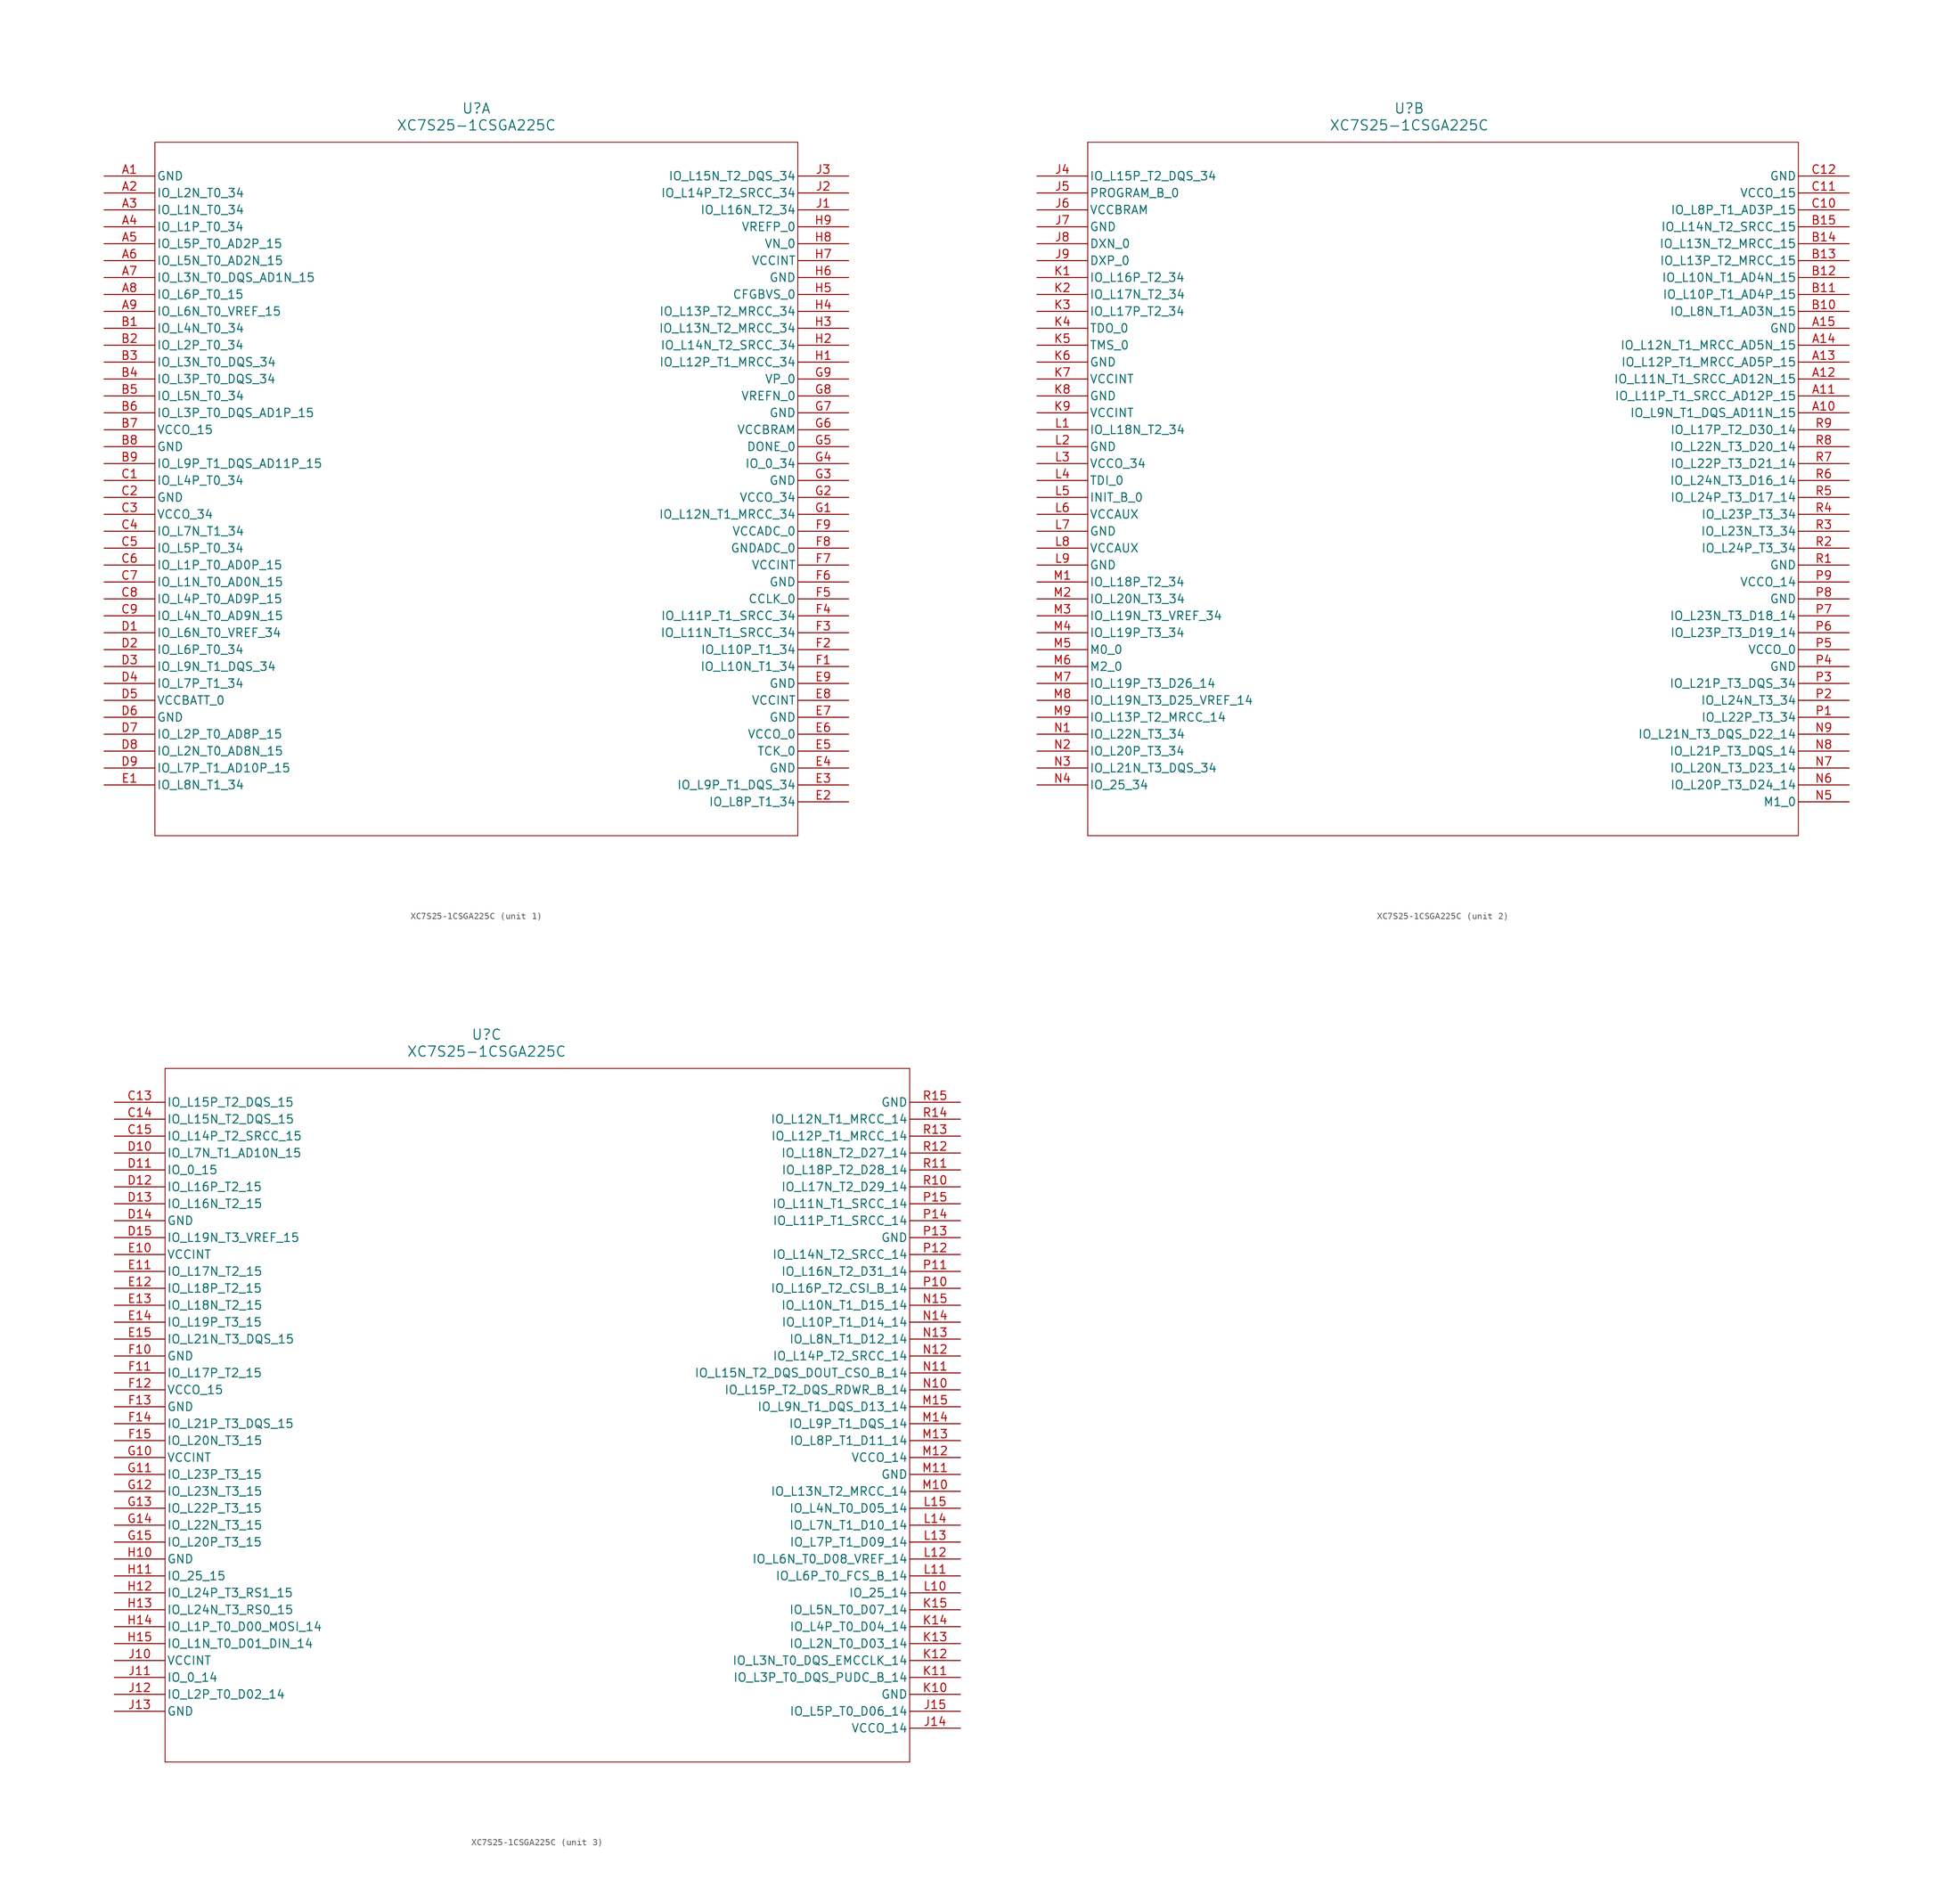
<source format=kicad_sym>
(kicad_symbol_lib
  (version 20211014)
  (generator kicad_symbol_editor)
  (symbol "XC7S25-1CSGA225C"
    (pin_names
      (offset 0.254))
    (property "Reference" "U"
      (at 55.88 10.16 0)
      (effects (font (size 1.524 1.524))))
    (property "Value" "XC7S25-1CSGA225C"
      (at 55.88 7.62 0)
      (effects (font (size 1.524 1.524))))
    (symbol "XC7S25-1CSGA225C_1_1"
      (polyline (pts (xy 7.62 5.08) (xy 7.62 -99.06)) (stroke (width 0.127) (type default) (color 0 0 0 0)) (fill (type none)))
      (polyline (pts (xy 7.62 -99.06) (xy 104.14 -99.06)) (stroke (width 0.127) (type default) (color 0 0 0 0)) (fill (type none)))
      (polyline (pts (xy 104.14 -99.06) (xy 104.14 5.08)) (stroke (width 0.127) (type default) (color 0 0 0 0)) (fill (type none)))
      (polyline (pts (xy 104.14 5.08) (xy 7.62 5.08)) (stroke (width 0.127) (type default) (color 0 0 0 0)) (fill (type none)))
      (pin power_out line (at 0 0 0) (length 7.62) (name "GND" (effects (font (size 1.27 1.27)))) (number "A1" (effects (font (size 1.27 1.27)))))
      (pin bidirectional line (at 0 -2.54 0) (length 7.62) (name "IO_L2N_T0_34" (effects (font (size 1.27 1.27)))) (number "A2" (effects (font (size 1.27 1.27)))))
      (pin bidirectional line (at 0 -5.08 0) (length 7.62) (name "IO_L1N_T0_34" (effects (font (size 1.27 1.27)))) (number "A3" (effects (font (size 1.27 1.27)))))
      (pin bidirectional line (at 0 -7.62 0) (length 7.62) (name "IO_L1P_T0_34" (effects (font (size 1.27 1.27)))) (number "A4" (effects (font (size 1.27 1.27)))))
      (pin bidirectional line (at 0 -10.16 0) (length 7.62) (name "IO_L5P_T0_AD2P_15" (effects (font (size 1.27 1.27)))) (number "A5" (effects (font (size 1.27 1.27)))))
      (pin bidirectional line (at 0 -12.7 0) (length 7.62) (name "IO_L5N_T0_AD2N_15" (effects (font (size 1.27 1.27)))) (number "A6" (effects (font (size 1.27 1.27)))))
      (pin bidirectional line (at 0 -15.24 0) (length 7.62) (name "IO_L3N_T0_DQS_AD1N_15" (effects (font (size 1.27 1.27)))) (number "A7" (effects (font (size 1.27 1.27)))))
      (pin bidirectional line (at 0 -17.78 0) (length 7.62) (name "IO_L6P_T0_15" (effects (font (size 1.27 1.27)))) (number "A8" (effects (font (size 1.27 1.27)))))
      (pin bidirectional line (at 0 -20.32 0) (length 7.62) (name "IO_L6N_T0_VREF_15" (effects (font (size 1.27 1.27)))) (number "A9" (effects (font (size 1.27 1.27)))))
      (pin bidirectional line (at 0 -22.86 0) (length 7.62) (name "IO_L4N_T0_34" (effects (font (size 1.27 1.27)))) (number "B1" (effects (font (size 1.27 1.27)))))
      (pin bidirectional line (at 0 -25.4 0) (length 7.62) (name "IO_L2P_T0_34" (effects (font (size 1.27 1.27)))) (number "B2" (effects (font (size 1.27 1.27)))))
      (pin bidirectional line (at 0 -27.94 0) (length 7.62) (name "IO_L3N_T0_DQS_34" (effects (font (size 1.27 1.27)))) (number "B3" (effects (font (size 1.27 1.27)))))
      (pin bidirectional line (at 0 -30.48 0) (length 7.62) (name "IO_L3P_T0_DQS_34" (effects (font (size 1.27 1.27)))) (number "B4" (effects (font (size 1.27 1.27)))))
      (pin bidirectional line (at 0 -33.02 0) (length 7.62) (name "IO_L5N_T0_34" (effects (font (size 1.27 1.27)))) (number "B5" (effects (font (size 1.27 1.27)))))
      (pin bidirectional line (at 0 -35.56 0) (length 7.62) (name "IO_L3P_T0_DQS_AD1P_15" (effects (font (size 1.27 1.27)))) (number "B6" (effects (font (size 1.27 1.27)))))
      (pin power_in line (at 0 -38.1 0) (length 7.62) (name "VCCO_15" (effects (font (size 1.27 1.27)))) (number "B7" (effects (font (size 1.27 1.27)))))
      (pin power_out line (at 0 -40.64 0) (length 7.62) (name "GND" (effects (font (size 1.27 1.27)))) (number "B8" (effects (font (size 1.27 1.27)))))
      (pin bidirectional line (at 0 -43.18 0) (length 7.62) (name "IO_L9P_T1_DQS_AD11P_15" (effects (font (size 1.27 1.27)))) (number "B9" (effects (font (size 1.27 1.27)))))
      (pin bidirectional line (at 0 -45.72 0) (length 7.62) (name "IO_L4P_T0_34" (effects (font (size 1.27 1.27)))) (number "C1" (effects (font (size 1.27 1.27)))))
      (pin power_out line (at 0 -48.26 0) (length 7.62) (name "GND" (effects (font (size 1.27 1.27)))) (number "C2" (effects (font (size 1.27 1.27)))))
      (pin power_in line (at 0 -50.8 0) (length 7.62) (name "VCCO_34" (effects (font (size 1.27 1.27)))) (number "C3" (effects (font (size 1.27 1.27)))))
      (pin bidirectional line (at 0 -53.34 0) (length 7.62) (name "IO_L7N_T1_34" (effects (font (size 1.27 1.27)))) (number "C4" (effects (font (size 1.27 1.27)))))
      (pin bidirectional line (at 0 -55.88 0) (length 7.62) (name "IO_L5P_T0_34" (effects (font (size 1.27 1.27)))) (number "C5" (effects (font (size 1.27 1.27)))))
      (pin bidirectional line (at 0 -58.42 0) (length 7.62) (name "IO_L1P_T0_AD0P_15" (effects (font (size 1.27 1.27)))) (number "C6" (effects (font (size 1.27 1.27)))))
      (pin bidirectional line (at 0 -60.96 0) (length 7.62) (name "IO_L1N_T0_AD0N_15" (effects (font (size 1.27 1.27)))) (number "C7" (effects (font (size 1.27 1.27)))))
      (pin bidirectional line (at 0 -63.5 0) (length 7.62) (name "IO_L4P_T0_AD9P_15" (effects (font (size 1.27 1.27)))) (number "C8" (effects (font (size 1.27 1.27)))))
      (pin bidirectional line (at 0 -66.04 0) (length 7.62) (name "IO_L4N_T0_AD9N_15" (effects (font (size 1.27 1.27)))) (number "C9" (effects (font (size 1.27 1.27)))))
      (pin bidirectional line (at 0 -68.58 0) (length 7.62) (name "IO_L6N_T0_VREF_34" (effects (font (size 1.27 1.27)))) (number "D1" (effects (font (size 1.27 1.27)))))
      (pin bidirectional line (at 0 -71.12 0) (length 7.62) (name "IO_L6P_T0_34" (effects (font (size 1.27 1.27)))) (number "D2" (effects (font (size 1.27 1.27)))))
      (pin bidirectional line (at 0 -73.66 0) (length 7.62) (name "IO_L9N_T1_DQS_34" (effects (font (size 1.27 1.27)))) (number "D3" (effects (font (size 1.27 1.27)))))
      (pin bidirectional line (at 0 -76.2 0) (length 7.62) (name "IO_L7P_T1_34" (effects (font (size 1.27 1.27)))) (number "D4" (effects (font (size 1.27 1.27)))))
      (pin power_in line (at 0 -78.74 0) (length 7.62) (name "VCCBATT_0" (effects (font (size 1.27 1.27)))) (number "D5" (effects (font (size 1.27 1.27)))))
      (pin power_out line (at 0 -81.28 0) (length 7.62) (name "GND" (effects (font (size 1.27 1.27)))) (number "D6" (effects (font (size 1.27 1.27)))))
      (pin bidirectional line (at 0 -83.82 0) (length 7.62) (name "IO_L2P_T0_AD8P_15" (effects (font (size 1.27 1.27)))) (number "D7" (effects (font (size 1.27 1.27)))))
      (pin bidirectional line (at 0 -86.36 0) (length 7.62) (name "IO_L2N_T0_AD8N_15" (effects (font (size 1.27 1.27)))) (number "D8" (effects (font (size 1.27 1.27)))))
      (pin bidirectional line (at 0 -88.9 0) (length 7.62) (name "IO_L7P_T1_AD10P_15" (effects (font (size 1.27 1.27)))) (number "D9" (effects (font (size 1.27 1.27)))))
      (pin bidirectional line (at 0 -91.44 0) (length 7.62) (name "IO_L8N_T1_34" (effects (font (size 1.27 1.27)))) (number "E1" (effects (font (size 1.27 1.27)))))
      (pin bidirectional line (at 111.76 -93.98 180) (length 7.62) (name "IO_L8P_T1_34" (effects (font (size 1.27 1.27)))) (number "E2" (effects (font (size 1.27 1.27)))))
      (pin bidirectional line (at 111.76 -91.44 180) (length 7.62) (name "IO_L9P_T1_DQS_34" (effects (font (size 1.27 1.27)))) (number "E3" (effects (font (size 1.27 1.27)))))
      (pin power_out line (at 111.76 -88.9 180) (length 7.62) (name "GND" (effects (font (size 1.27 1.27)))) (number "E4" (effects (font (size 1.27 1.27)))))
      (pin input line (at 111.76 -86.36 180) (length 7.62) (name "TCK_0" (effects (font (size 1.27 1.27)))) (number "E5" (effects (font (size 1.27 1.27)))))
      (pin power_in line (at 111.76 -83.82 180) (length 7.62) (name "VCCO_0" (effects (font (size 1.27 1.27)))) (number "E6" (effects (font (size 1.27 1.27)))))
      (pin power_out line (at 111.76 -81.28 180) (length 7.62) (name "GND" (effects (font (size 1.27 1.27)))) (number "E7" (effects (font (size 1.27 1.27)))))
      (pin power_in line (at 111.76 -78.74 180) (length 7.62) (name "VCCINT" (effects (font (size 1.27 1.27)))) (number "E8" (effects (font (size 1.27 1.27)))))
      (pin power_out line (at 111.76 -76.2 180) (length 7.62) (name "GND" (effects (font (size 1.27 1.27)))) (number "E9" (effects (font (size 1.27 1.27)))))
      (pin bidirectional line (at 111.76 -73.66 180) (length 7.62) (name "IO_L10N_T1_34" (effects (font (size 1.27 1.27)))) (number "F1" (effects (font (size 1.27 1.27)))))
      (pin bidirectional line (at 111.76 -71.12 180) (length 7.62) (name "IO_L10P_T1_34" (effects (font (size 1.27 1.27)))) (number "F2" (effects (font (size 1.27 1.27)))))
      (pin bidirectional line (at 111.76 -68.58 180) (length 7.62) (name "IO_L11N_T1_SRCC_34" (effects (font (size 1.27 1.27)))) (number "F3" (effects (font (size 1.27 1.27)))))
      (pin bidirectional line (at 111.76 -66.04 180) (length 7.62) (name "IO_L11P_T1_SRCC_34" (effects (font (size 1.27 1.27)))) (number "F4" (effects (font (size 1.27 1.27)))))
      (pin bidirectional line (at 111.76 -63.5 180) (length 7.62) (name "CCLK_0" (effects (font (size 1.27 1.27)))) (number "F5" (effects (font (size 1.27 1.27)))))
      (pin power_out line (at 111.76 -60.96 180) (length 7.62) (name "GND" (effects (font (size 1.27 1.27)))) (number "F6" (effects (font (size 1.27 1.27)))))
      (pin power_in line (at 111.76 -58.42 180) (length 7.62) (name "VCCINT" (effects (font (size 1.27 1.27)))) (number "F7" (effects (font (size 1.27 1.27)))))
      (pin power_out line (at 111.76 -55.88 180) (length 7.62) (name "GNDADC_0" (effects (font (size 1.27 1.27)))) (number "F8" (effects (font (size 1.27 1.27)))))
      (pin power_in line (at 111.76 -53.34 180) (length 7.62) (name "VCCADC_0" (effects (font (size 1.27 1.27)))) (number "F9" (effects (font (size 1.27 1.27)))))
      (pin bidirectional line (at 111.76 -50.8 180) (length 7.62) (name "IO_L12N_T1_MRCC_34" (effects (font (size 1.27 1.27)))) (number "G1" (effects (font (size 1.27 1.27)))))
      (pin power_in line (at 111.76 -48.26 180) (length 7.62) (name "VCCO_34" (effects (font (size 1.27 1.27)))) (number "G2" (effects (font (size 1.27 1.27)))))
      (pin power_out line (at 111.76 -45.72 180) (length 7.62) (name "GND" (effects (font (size 1.27 1.27)))) (number "G3" (effects (font (size 1.27 1.27)))))
      (pin bidirectional line (at 111.76 -43.18 180) (length 7.62) (name "IO_0_34" (effects (font (size 1.27 1.27)))) (number "G4" (effects (font (size 1.27 1.27)))))
      (pin bidirectional line (at 111.76 -40.64 180) (length 7.62) (name "DONE_0" (effects (font (size 1.27 1.27)))) (number "G5" (effects (font (size 1.27 1.27)))))
      (pin power_in line (at 111.76 -38.1 180) (length 7.62) (name "VCCBRAM" (effects (font (size 1.27 1.27)))) (number "G6" (effects (font (size 1.27 1.27)))))
      (pin power_out line (at 111.76 -35.56 180) (length 7.62) (name "GND" (effects (font (size 1.27 1.27)))) (number "G7" (effects (font (size 1.27 1.27)))))
      (pin power_in line (at 111.76 -33.02 180) (length 7.62) (name "VREFN_0" (effects (font (size 1.27 1.27)))) (number "G8" (effects (font (size 1.27 1.27)))))
      (pin input line (at 111.76 -30.48 180) (length 7.62) (name "VP_0" (effects (font (size 1.27 1.27)))) (number "G9" (effects (font (size 1.27 1.27)))))
      (pin bidirectional line (at 111.76 -27.94 180) (length 7.62) (name "IO_L12P_T1_MRCC_34" (effects (font (size 1.27 1.27)))) (number "H1" (effects (font (size 1.27 1.27)))))
      (pin bidirectional line (at 111.76 -25.4 180) (length 7.62) (name "IO_L14N_T2_SRCC_34" (effects (font (size 1.27 1.27)))) (number "H2" (effects (font (size 1.27 1.27)))))
      (pin bidirectional line (at 111.76 -22.86 180) (length 7.62) (name "IO_L13N_T2_MRCC_34" (effects (font (size 1.27 1.27)))) (number "H3" (effects (font (size 1.27 1.27)))))
      (pin bidirectional line (at 111.76 -20.32 180) (length 7.62) (name "IO_L13P_T2_MRCC_34" (effects (font (size 1.27 1.27)))) (number "H4" (effects (font (size 1.27 1.27)))))
      (pin input line (at 111.76 -17.78 180) (length 7.62) (name "CFGBVS_0" (effects (font (size 1.27 1.27)))) (number "H5" (effects (font (size 1.27 1.27)))))
      (pin power_out line (at 111.76 -15.24 180) (length 7.62) (name "GND" (effects (font (size 1.27 1.27)))) (number "H6" (effects (font (size 1.27 1.27)))))
      (pin power_in line (at 111.76 -12.7 180) (length 7.62) (name "VCCINT" (effects (font (size 1.27 1.27)))) (number "H7" (effects (font (size 1.27 1.27)))))
      (pin input line (at 111.76 -10.16 180) (length 7.62) (name "VN_0" (effects (font (size 1.27 1.27)))) (number "H8" (effects (font (size 1.27 1.27)))))
      (pin power_in line (at 111.76 -7.62 180) (length 7.62) (name "VREFP_0" (effects (font (size 1.27 1.27)))) (number "H9" (effects (font (size 1.27 1.27)))))
      (pin bidirectional line (at 111.76 -5.08 180) (length 7.62) (name "IO_L16N_T2_34" (effects (font (size 1.27 1.27)))) (number "J1" (effects (font (size 1.27 1.27)))))
      (pin bidirectional line (at 111.76 -2.54 180) (length 7.62) (name "IO_L14P_T2_SRCC_34" (effects (font (size 1.27 1.27)))) (number "J2" (effects (font (size 1.27 1.27)))))
      (pin bidirectional line (at 111.76 0 180) (length 7.62) (name "IO_L15N_T2_DQS_34" (effects (font (size 1.27 1.27)))) (number "J3" (effects (font (size 1.27 1.27))))))
    (symbol "XC7S25-1CSGA225C_2_1"
      (polyline (pts (xy 7.62 5.08) (xy 7.62 -99.06)) (stroke (width 0.127) (type default) (color 0 0 0 0)) (fill (type none)))
      (polyline (pts (xy 7.62 -99.06) (xy 114.3 -99.06)) (stroke (width 0.127) (type default) (color 0 0 0 0)) (fill (type none)))
      (polyline (pts (xy 114.3 -99.06) (xy 114.3 5.08)) (stroke (width 0.127) (type default) (color 0 0 0 0)) (fill (type none)))
      (polyline (pts (xy 114.3 5.08) (xy 7.62 5.08)) (stroke (width 0.127) (type default) (color 0 0 0 0)) (fill (type none)))
      (pin bidirectional line (at 0 0 0) (length 7.62) (name "IO_L15P_T2_DQS_34" (effects (font (size 1.27 1.27)))) (number "J4" (effects (font (size 1.27 1.27)))))
      (pin input line (at 0 -2.54 0) (length 7.62) (name "PROGRAM_B_0" (effects (font (size 1.27 1.27)))) (number "J5" (effects (font (size 1.27 1.27)))))
      (pin power_in line (at 0 -5.08 0) (length 7.62) (name "VCCBRAM" (effects (font (size 1.27 1.27)))) (number "J6" (effects (font (size 1.27 1.27)))))
      (pin power_out line (at 0 -7.62 0) (length 7.62) (name "GND" (effects (font (size 1.27 1.27)))) (number "J7" (effects (font (size 1.27 1.27)))))
      (pin unspecified line (at 0 -10.16 0) (length 7.62) (name "DXN_0" (effects (font (size 1.27 1.27)))) (number "J8" (effects (font (size 1.27 1.27)))))
      (pin unspecified line (at 0 -12.7 0) (length 7.62) (name "DXP_0" (effects (font (size 1.27 1.27)))) (number "J9" (effects (font (size 1.27 1.27)))))
      (pin bidirectional line (at 0 -15.24 0) (length 7.62) (name "IO_L16P_T2_34" (effects (font (size 1.27 1.27)))) (number "K1" (effects (font (size 1.27 1.27)))))
      (pin bidirectional line (at 0 -17.78 0) (length 7.62) (name "IO_L17N_T2_34" (effects (font (size 1.27 1.27)))) (number "K2" (effects (font (size 1.27 1.27)))))
      (pin bidirectional line (at 0 -20.32 0) (length 7.62) (name "IO_L17P_T2_34" (effects (font (size 1.27 1.27)))) (number "K3" (effects (font (size 1.27 1.27)))))
      (pin output line (at 0 -22.86 0) (length 7.62) (name "TDO_0" (effects (font (size 1.27 1.27)))) (number "K4" (effects (font (size 1.27 1.27)))))
      (pin input line (at 0 -25.4 0) (length 7.62) (name "TMS_0" (effects (font (size 1.27 1.27)))) (number "K5" (effects (font (size 1.27 1.27)))))
      (pin power_out line (at 0 -27.94 0) (length 7.62) (name "GND" (effects (font (size 1.27 1.27)))) (number "K6" (effects (font (size 1.27 1.27)))))
      (pin power_in line (at 0 -30.48 0) (length 7.62) (name "VCCINT" (effects (font (size 1.27 1.27)))) (number "K7" (effects (font (size 1.27 1.27)))))
      (pin power_out line (at 0 -33.02 0) (length 7.62) (name "GND" (effects (font (size 1.27 1.27)))) (number "K8" (effects (font (size 1.27 1.27)))))
      (pin power_in line (at 0 -35.56 0) (length 7.62) (name "VCCINT" (effects (font (size 1.27 1.27)))) (number "K9" (effects (font (size 1.27 1.27)))))
      (pin bidirectional line (at 0 -38.1 0) (length 7.62) (name "IO_L18N_T2_34" (effects (font (size 1.27 1.27)))) (number "L1" (effects (font (size 1.27 1.27)))))
      (pin power_out line (at 0 -40.64 0) (length 7.62) (name "GND" (effects (font (size 1.27 1.27)))) (number "L2" (effects (font (size 1.27 1.27)))))
      (pin power_in line (at 0 -43.18 0) (length 7.62) (name "VCCO_34" (effects (font (size 1.27 1.27)))) (number "L3" (effects (font (size 1.27 1.27)))))
      (pin input line (at 0 -45.72 0) (length 7.62) (name "TDI_0" (effects (font (size 1.27 1.27)))) (number "L4" (effects (font (size 1.27 1.27)))))
      (pin bidirectional line (at 0 -48.26 0) (length 7.62) (name "INIT_B_0" (effects (font (size 1.27 1.27)))) (number "L5" (effects (font (size 1.27 1.27)))))
      (pin power_in line (at 0 -50.8 0) (length 7.62) (name "VCCAUX" (effects (font (size 1.27 1.27)))) (number "L6" (effects (font (size 1.27 1.27)))))
      (pin power_out line (at 0 -53.34 0) (length 7.62) (name "GND" (effects (font (size 1.27 1.27)))) (number "L7" (effects (font (size 1.27 1.27)))))
      (pin power_in line (at 0 -55.88 0) (length 7.62) (name "VCCAUX" (effects (font (size 1.27 1.27)))) (number "L8" (effects (font (size 1.27 1.27)))))
      (pin power_out line (at 0 -58.42 0) (length 7.62) (name "GND" (effects (font (size 1.27 1.27)))) (number "L9" (effects (font (size 1.27 1.27)))))
      (pin bidirectional line (at 0 -60.96 0) (length 7.62) (name "IO_L18P_T2_34" (effects (font (size 1.27 1.27)))) (number "M1" (effects (font (size 1.27 1.27)))))
      (pin bidirectional line (at 0 -63.5 0) (length 7.62) (name "IO_L20N_T3_34" (effects (font (size 1.27 1.27)))) (number "M2" (effects (font (size 1.27 1.27)))))
      (pin bidirectional line (at 0 -66.04 0) (length 7.62) (name "IO_L19N_T3_VREF_34" (effects (font (size 1.27 1.27)))) (number "M3" (effects (font (size 1.27 1.27)))))
      (pin bidirectional line (at 0 -68.58 0) (length 7.62) (name "IO_L19P_T3_34" (effects (font (size 1.27 1.27)))) (number "M4" (effects (font (size 1.27 1.27)))))
      (pin input line (at 0 -71.12 0) (length 7.62) (name "M0_0" (effects (font (size 1.27 1.27)))) (number "M5" (effects (font (size 1.27 1.27)))))
      (pin input line (at 0 -73.66 0) (length 7.62) (name "M2_0" (effects (font (size 1.27 1.27)))) (number "M6" (effects (font (size 1.27 1.27)))))
      (pin bidirectional line (at 0 -76.2 0) (length 7.62) (name "IO_L19P_T3_D26_14" (effects (font (size 1.27 1.27)))) (number "M7" (effects (font (size 1.27 1.27)))))
      (pin bidirectional line (at 0 -78.74 0) (length 7.62) (name "IO_L19N_T3_D25_VREF_14" (effects (font (size 1.27 1.27)))) (number "M8" (effects (font (size 1.27 1.27)))))
      (pin bidirectional line (at 0 -81.28 0) (length 7.62) (name "IO_L13P_T2_MRCC_14" (effects (font (size 1.27 1.27)))) (number "M9" (effects (font (size 1.27 1.27)))))
      (pin bidirectional line (at 0 -83.82 0) (length 7.62) (name "IO_L22N_T3_34" (effects (font (size 1.27 1.27)))) (number "N1" (effects (font (size 1.27 1.27)))))
      (pin bidirectional line (at 0 -86.36 0) (length 7.62) (name "IO_L20P_T3_34" (effects (font (size 1.27 1.27)))) (number "N2" (effects (font (size 1.27 1.27)))))
      (pin bidirectional line (at 0 -88.9 0) (length 7.62) (name "IO_L21N_T3_DQS_34" (effects (font (size 1.27 1.27)))) (number "N3" (effects (font (size 1.27 1.27)))))
      (pin bidirectional line (at 0 -91.44 0) (length 7.62) (name "IO_25_34" (effects (font (size 1.27 1.27)))) (number "N4" (effects (font (size 1.27 1.27)))))
      (pin input line (at 121.92 -93.98 180) (length 7.62) (name "M1_0" (effects (font (size 1.27 1.27)))) (number "N5" (effects (font (size 1.27 1.27)))))
      (pin bidirectional line (at 121.92 -91.44 180) (length 7.62) (name "IO_L20P_T3_D24_14" (effects (font (size 1.27 1.27)))) (number "N6" (effects (font (size 1.27 1.27)))))
      (pin bidirectional line (at 121.92 -88.9 180) (length 7.62) (name "IO_L20N_T3_D23_14" (effects (font (size 1.27 1.27)))) (number "N7" (effects (font (size 1.27 1.27)))))
      (pin bidirectional line (at 121.92 -86.36 180) (length 7.62) (name "IO_L21P_T3_DQS_14" (effects (font (size 1.27 1.27)))) (number "N8" (effects (font (size 1.27 1.27)))))
      (pin bidirectional line (at 121.92 -83.82 180) (length 7.62) (name "IO_L21N_T3_DQS_D22_14" (effects (font (size 1.27 1.27)))) (number "N9" (effects (font (size 1.27 1.27)))))
      (pin bidirectional line (at 121.92 -81.28 180) (length 7.62) (name "IO_L22P_T3_34" (effects (font (size 1.27 1.27)))) (number "P1" (effects (font (size 1.27 1.27)))))
      (pin bidirectional line (at 121.92 -78.74 180) (length 7.62) (name "IO_L24N_T3_34" (effects (font (size 1.27 1.27)))) (number "P2" (effects (font (size 1.27 1.27)))))
      (pin bidirectional line (at 121.92 -76.2 180) (length 7.62) (name "IO_L21P_T3_DQS_34" (effects (font (size 1.27 1.27)))) (number "P3" (effects (font (size 1.27 1.27)))))
      (pin power_out line (at 121.92 -73.66 180) (length 7.62) (name "GND" (effects (font (size 1.27 1.27)))) (number "P4" (effects (font (size 1.27 1.27)))))
      (pin power_in line (at 121.92 -71.12 180) (length 7.62) (name "VCCO_0" (effects (font (size 1.27 1.27)))) (number "P5" (effects (font (size 1.27 1.27)))))
      (pin bidirectional line (at 121.92 -68.58 180) (length 7.62) (name "IO_L23P_T3_D19_14" (effects (font (size 1.27 1.27)))) (number "P6" (effects (font (size 1.27 1.27)))))
      (pin bidirectional line (at 121.92 -66.04 180) (length 7.62) (name "IO_L23N_T3_D18_14" (effects (font (size 1.27 1.27)))) (number "P7" (effects (font (size 1.27 1.27)))))
      (pin power_out line (at 121.92 -63.5 180) (length 7.62) (name "GND" (effects (font (size 1.27 1.27)))) (number "P8" (effects (font (size 1.27 1.27)))))
      (pin power_in line (at 121.92 -60.96 180) (length 7.62) (name "VCCO_14" (effects (font (size 1.27 1.27)))) (number "P9" (effects (font (size 1.27 1.27)))))
      (pin power_out line (at 121.92 -58.42 180) (length 7.62) (name "GND" (effects (font (size 1.27 1.27)))) (number "R1" (effects (font (size 1.27 1.27)))))
      (pin bidirectional line (at 121.92 -55.88 180) (length 7.62) (name "IO_L24P_T3_34" (effects (font (size 1.27 1.27)))) (number "R2" (effects (font (size 1.27 1.27)))))
      (pin bidirectional line (at 121.92 -53.34 180) (length 7.62) (name "IO_L23N_T3_34" (effects (font (size 1.27 1.27)))) (number "R3" (effects (font (size 1.27 1.27)))))
      (pin bidirectional line (at 121.92 -50.8 180) (length 7.62) (name "IO_L23P_T3_34" (effects (font (size 1.27 1.27)))) (number "R4" (effects (font (size 1.27 1.27)))))
      (pin bidirectional line (at 121.92 -48.26 180) (length 7.62) (name "IO_L24P_T3_D17_14" (effects (font (size 1.27 1.27)))) (number "R5" (effects (font (size 1.27 1.27)))))
      (pin bidirectional line (at 121.92 -45.72 180) (length 7.62) (name "IO_L24N_T3_D16_14" (effects (font (size 1.27 1.27)))) (number "R6" (effects (font (size 1.27 1.27)))))
      (pin bidirectional line (at 121.92 -43.18 180) (length 7.62) (name "IO_L22P_T3_D21_14" (effects (font (size 1.27 1.27)))) (number "R7" (effects (font (size 1.27 1.27)))))
      (pin bidirectional line (at 121.92 -40.64 180) (length 7.62) (name "IO_L22N_T3_D20_14" (effects (font (size 1.27 1.27)))) (number "R8" (effects (font (size 1.27 1.27)))))
      (pin bidirectional line (at 121.92 -38.1 180) (length 7.62) (name "IO_L17P_T2_D30_14" (effects (font (size 1.27 1.27)))) (number "R9" (effects (font (size 1.27 1.27)))))
      (pin bidirectional line (at 121.92 -35.56 180) (length 7.62) (name "IO_L9N_T1_DQS_AD11N_15" (effects (font (size 1.27 1.27)))) (number "A10" (effects (font (size 1.27 1.27)))))
      (pin bidirectional line (at 121.92 -33.02 180) (length 7.62) (name "IO_L11P_T1_SRCC_AD12P_15" (effects (font (size 1.27 1.27)))) (number "A11" (effects (font (size 1.27 1.27)))))
      (pin bidirectional line (at 121.92 -30.48 180) (length 7.62) (name "IO_L11N_T1_SRCC_AD12N_15" (effects (font (size 1.27 1.27)))) (number "A12" (effects (font (size 1.27 1.27)))))
      (pin bidirectional line (at 121.92 -27.94 180) (length 7.62) (name "IO_L12P_T1_MRCC_AD5P_15" (effects (font (size 1.27 1.27)))) (number "A13" (effects (font (size 1.27 1.27)))))
      (pin bidirectional line (at 121.92 -25.4 180) (length 7.62) (name "IO_L12N_T1_MRCC_AD5N_15" (effects (font (size 1.27 1.27)))) (number "A14" (effects (font (size 1.27 1.27)))))
      (pin power_out line (at 121.92 -22.86 180) (length 7.62) (name "GND" (effects (font (size 1.27 1.27)))) (number "A15" (effects (font (size 1.27 1.27)))))
      (pin bidirectional line (at 121.92 -20.32 180) (length 7.62) (name "IO_L8N_T1_AD3N_15" (effects (font (size 1.27 1.27)))) (number "B10" (effects (font (size 1.27 1.27)))))
      (pin bidirectional line (at 121.92 -17.78 180) (length 7.62) (name "IO_L10P_T1_AD4P_15" (effects (font (size 1.27 1.27)))) (number "B11" (effects (font (size 1.27 1.27)))))
      (pin bidirectional line (at 121.92 -15.24 180) (length 7.62) (name "IO_L10N_T1_AD4N_15" (effects (font (size 1.27 1.27)))) (number "B12" (effects (font (size 1.27 1.27)))))
      (pin bidirectional line (at 121.92 -12.7 180) (length 7.62) (name "IO_L13P_T2_MRCC_15" (effects (font (size 1.27 1.27)))) (number "B13" (effects (font (size 1.27 1.27)))))
      (pin bidirectional line (at 121.92 -10.16 180) (length 7.62) (name "IO_L13N_T2_MRCC_15" (effects (font (size 1.27 1.27)))) (number "B14" (effects (font (size 1.27 1.27)))))
      (pin bidirectional line (at 121.92 -7.62 180) (length 7.62) (name "IO_L14N_T2_SRCC_15" (effects (font (size 1.27 1.27)))) (number "B15" (effects (font (size 1.27 1.27)))))
      (pin bidirectional line (at 121.92 -5.08 180) (length 7.62) (name "IO_L8P_T1_AD3P_15" (effects (font (size 1.27 1.27)))) (number "C10" (effects (font (size 1.27 1.27)))))
      (pin power_in line (at 121.92 -2.54 180) (length 7.62) (name "VCCO_15" (effects (font (size 1.27 1.27)))) (number "C11" (effects (font (size 1.27 1.27)))))
      (pin power_out line (at 121.92 0 180) (length 7.62) (name "GND" (effects (font (size 1.27 1.27)))) (number "C12" (effects (font (size 1.27 1.27))))))
    (symbol "XC7S25-1CSGA225C_3_1"
      (polyline (pts (xy 7.62 5.08) (xy 7.62 -99.06)) (stroke (width 0.127) (type default) (color 0 0 0 0)) (fill (type none)))
      (polyline (pts (xy 7.62 -99.06) (xy 119.38 -99.06)) (stroke (width 0.127) (type default) (color 0 0 0 0)) (fill (type none)))
      (polyline (pts (xy 119.38 -99.06) (xy 119.38 5.08)) (stroke (width 0.127) (type default) (color 0 0 0 0)) (fill (type none)))
      (polyline (pts (xy 119.38 5.08) (xy 7.62 5.08)) (stroke (width 0.127) (type default) (color 0 0 0 0)) (fill (type none)))
      (pin bidirectional line (at 0 0 0) (length 7.62) (name "IO_L15P_T2_DQS_15" (effects (font (size 1.27 1.27)))) (number "C13" (effects (font (size 1.27 1.27)))))
      (pin bidirectional line (at 0 -2.54 0) (length 7.62) (name "IO_L15N_T2_DQS_15" (effects (font (size 1.27 1.27)))) (number "C14" (effects (font (size 1.27 1.27)))))
      (pin bidirectional line (at 0 -5.08 0) (length 7.62) (name "IO_L14P_T2_SRCC_15" (effects (font (size 1.27 1.27)))) (number "C15" (effects (font (size 1.27 1.27)))))
      (pin bidirectional line (at 0 -7.62 0) (length 7.62) (name "IO_L7N_T1_AD10N_15" (effects (font (size 1.27 1.27)))) (number "D10" (effects (font (size 1.27 1.27)))))
      (pin bidirectional line (at 0 -10.16 0) (length 7.62) (name "IO_0_15" (effects (font (size 1.27 1.27)))) (number "D11" (effects (font (size 1.27 1.27)))))
      (pin bidirectional line (at 0 -12.7 0) (length 7.62) (name "IO_L16P_T2_15" (effects (font (size 1.27 1.27)))) (number "D12" (effects (font (size 1.27 1.27)))))
      (pin bidirectional line (at 0 -15.24 0) (length 7.62) (name "IO_L16N_T2_15" (effects (font (size 1.27 1.27)))) (number "D13" (effects (font (size 1.27 1.27)))))
      (pin power_out line (at 0 -17.78 0) (length 7.62) (name "GND" (effects (font (size 1.27 1.27)))) (number "D14" (effects (font (size 1.27 1.27)))))
      (pin bidirectional line (at 0 -20.32 0) (length 7.62) (name "IO_L19N_T3_VREF_15" (effects (font (size 1.27 1.27)))) (number "D15" (effects (font (size 1.27 1.27)))))
      (pin power_in line (at 0 -22.86 0) (length 7.62) (name "VCCINT" (effects (font (size 1.27 1.27)))) (number "E10" (effects (font (size 1.27 1.27)))))
      (pin bidirectional line (at 0 -25.4 0) (length 7.62) (name "IO_L17N_T2_15" (effects (font (size 1.27 1.27)))) (number "E11" (effects (font (size 1.27 1.27)))))
      (pin bidirectional line (at 0 -27.94 0) (length 7.62) (name "IO_L18P_T2_15" (effects (font (size 1.27 1.27)))) (number "E12" (effects (font (size 1.27 1.27)))))
      (pin bidirectional line (at 0 -30.48 0) (length 7.62) (name "IO_L18N_T2_15" (effects (font (size 1.27 1.27)))) (number "E13" (effects (font (size 1.27 1.27)))))
      (pin bidirectional line (at 0 -33.02 0) (length 7.62) (name "IO_L19P_T3_15" (effects (font (size 1.27 1.27)))) (number "E14" (effects (font (size 1.27 1.27)))))
      (pin bidirectional line (at 0 -35.56 0) (length 7.62) (name "IO_L21N_T3_DQS_15" (effects (font (size 1.27 1.27)))) (number "E15" (effects (font (size 1.27 1.27)))))
      (pin power_out line (at 0 -38.1 0) (length 7.62) (name "GND" (effects (font (size 1.27 1.27)))) (number "F10" (effects (font (size 1.27 1.27)))))
      (pin bidirectional line (at 0 -40.64 0) (length 7.62) (name "IO_L17P_T2_15" (effects (font (size 1.27 1.27)))) (number "F11" (effects (font (size 1.27 1.27)))))
      (pin power_in line (at 0 -43.18 0) (length 7.62) (name "VCCO_15" (effects (font (size 1.27 1.27)))) (number "F12" (effects (font (size 1.27 1.27)))))
      (pin power_out line (at 0 -45.72 0) (length 7.62) (name "GND" (effects (font (size 1.27 1.27)))) (number "F13" (effects (font (size 1.27 1.27)))))
      (pin bidirectional line (at 0 -48.26 0) (length 7.62) (name "IO_L21P_T3_DQS_15" (effects (font (size 1.27 1.27)))) (number "F14" (effects (font (size 1.27 1.27)))))
      (pin bidirectional line (at 0 -50.8 0) (length 7.62) (name "IO_L20N_T3_15" (effects (font (size 1.27 1.27)))) (number "F15" (effects (font (size 1.27 1.27)))))
      (pin power_in line (at 0 -53.34 0) (length 7.62) (name "VCCINT" (effects (font (size 1.27 1.27)))) (number "G10" (effects (font (size 1.27 1.27)))))
      (pin bidirectional line (at 0 -55.88 0) (length 7.62) (name "IO_L23P_T3_15" (effects (font (size 1.27 1.27)))) (number "G11" (effects (font (size 1.27 1.27)))))
      (pin bidirectional line (at 0 -58.42 0) (length 7.62) (name "IO_L23N_T3_15" (effects (font (size 1.27 1.27)))) (number "G12" (effects (font (size 1.27 1.27)))))
      (pin bidirectional line (at 0 -60.96 0) (length 7.62) (name "IO_L22P_T3_15" (effects (font (size 1.27 1.27)))) (number "G13" (effects (font (size 1.27 1.27)))))
      (pin bidirectional line (at 0 -63.5 0) (length 7.62) (name "IO_L22N_T3_15" (effects (font (size 1.27 1.27)))) (number "G14" (effects (font (size 1.27 1.27)))))
      (pin bidirectional line (at 0 -66.04 0) (length 7.62) (name "IO_L20P_T3_15" (effects (font (size 1.27 1.27)))) (number "G15" (effects (font (size 1.27 1.27)))))
      (pin power_out line (at 0 -68.58 0) (length 7.62) (name "GND" (effects (font (size 1.27 1.27)))) (number "H10" (effects (font (size 1.27 1.27)))))
      (pin bidirectional line (at 0 -71.12 0) (length 7.62) (name "IO_25_15" (effects (font (size 1.27 1.27)))) (number "H11" (effects (font (size 1.27 1.27)))))
      (pin bidirectional line (at 0 -73.66 0) (length 7.62) (name "IO_L24P_T3_RS1_15" (effects (font (size 1.27 1.27)))) (number "H12" (effects (font (size 1.27 1.27)))))
      (pin bidirectional line (at 0 -76.2 0) (length 7.62) (name "IO_L24N_T3_RS0_15" (effects (font (size 1.27 1.27)))) (number "H13" (effects (font (size 1.27 1.27)))))
      (pin bidirectional line (at 0 -78.74 0) (length 7.62) (name "IO_L1P_T0_D00_MOSI_14" (effects (font (size 1.27 1.27)))) (number "H14" (effects (font (size 1.27 1.27)))))
      (pin bidirectional line (at 0 -81.28 0) (length 7.62) (name "IO_L1N_T0_D01_DIN_14" (effects (font (size 1.27 1.27)))) (number "H15" (effects (font (size 1.27 1.27)))))
      (pin power_in line (at 0 -83.82 0) (length 7.62) (name "VCCINT" (effects (font (size 1.27 1.27)))) (number "J10" (effects (font (size 1.27 1.27)))))
      (pin bidirectional line (at 0 -86.36 0) (length 7.62) (name "IO_0_14" (effects (font (size 1.27 1.27)))) (number "J11" (effects (font (size 1.27 1.27)))))
      (pin bidirectional line (at 0 -88.9 0) (length 7.62) (name "IO_L2P_T0_D02_14" (effects (font (size 1.27 1.27)))) (number "J12" (effects (font (size 1.27 1.27)))))
      (pin power_out line (at 0 -91.44 0) (length 7.62) (name "GND" (effects (font (size 1.27 1.27)))) (number "J13" (effects (font (size 1.27 1.27)))))
      (pin power_in line (at 127 -93.98 180) (length 7.62) (name "VCCO_14" (effects (font (size 1.27 1.27)))) (number "J14" (effects (font (size 1.27 1.27)))))
      (pin bidirectional line (at 127 -91.44 180) (length 7.62) (name "IO_L5P_T0_D06_14" (effects (font (size 1.27 1.27)))) (number "J15" (effects (font (size 1.27 1.27)))))
      (pin power_out line (at 127 -88.9 180) (length 7.62) (name "GND" (effects (font (size 1.27 1.27)))) (number "K10" (effects (font (size 1.27 1.27)))))
      (pin bidirectional line (at 127 -86.36 180) (length 7.62) (name "IO_L3P_T0_DQS_PUDC_B_14" (effects (font (size 1.27 1.27)))) (number "K11" (effects (font (size 1.27 1.27)))))
      (pin bidirectional line (at 127 -83.82 180) (length 7.62) (name "IO_L3N_T0_DQS_EMCCLK_14" (effects (font (size 1.27 1.27)))) (number "K12" (effects (font (size 1.27 1.27)))))
      (pin bidirectional line (at 127 -81.28 180) (length 7.62) (name "IO_L2N_T0_D03_14" (effects (font (size 1.27 1.27)))) (number "K13" (effects (font (size 1.27 1.27)))))
      (pin bidirectional line (at 127 -78.74 180) (length 7.62) (name "IO_L4P_T0_D04_14" (effects (font (size 1.27 1.27)))) (number "K14" (effects (font (size 1.27 1.27)))))
      (pin bidirectional line (at 127 -76.2 180) (length 7.62) (name "IO_L5N_T0_D07_14" (effects (font (size 1.27 1.27)))) (number "K15" (effects (font (size 1.27 1.27)))))
      (pin bidirectional line (at 127 -73.66 180) (length 7.62) (name "IO_25_14" (effects (font (size 1.27 1.27)))) (number "L10" (effects (font (size 1.27 1.27)))))
      (pin bidirectional line (at 127 -71.12 180) (length 7.62) (name "IO_L6P_T0_FCS_B_14" (effects (font (size 1.27 1.27)))) (number "L11" (effects (font (size 1.27 1.27)))))
      (pin bidirectional line (at 127 -68.58 180) (length 7.62) (name "IO_L6N_T0_D08_VREF_14" (effects (font (size 1.27 1.27)))) (number "L12" (effects (font (size 1.27 1.27)))))
      (pin bidirectional line (at 127 -66.04 180) (length 7.62) (name "IO_L7P_T1_D09_14" (effects (font (size 1.27 1.27)))) (number "L13" (effects (font (size 1.27 1.27)))))
      (pin bidirectional line (at 127 -63.5 180) (length 7.62) (name "IO_L7N_T1_D10_14" (effects (font (size 1.27 1.27)))) (number "L14" (effects (font (size 1.27 1.27)))))
      (pin bidirectional line (at 127 -60.96 180) (length 7.62) (name "IO_L4N_T0_D05_14" (effects (font (size 1.27 1.27)))) (number "L15" (effects (font (size 1.27 1.27)))))
      (pin bidirectional line (at 127 -58.42 180) (length 7.62) (name "IO_L13N_T2_MRCC_14" (effects (font (size 1.27 1.27)))) (number "M10" (effects (font (size 1.27 1.27)))))
      (pin power_out line (at 127 -55.88 180) (length 7.62) (name "GND" (effects (font (size 1.27 1.27)))) (number "M11" (effects (font (size 1.27 1.27)))))
      (pin power_in line (at 127 -53.34 180) (length 7.62) (name "VCCO_14" (effects (font (size 1.27 1.27)))) (number "M12" (effects (font (size 1.27 1.27)))))
      (pin bidirectional line (at 127 -50.8 180) (length 7.62) (name "IO_L8P_T1_D11_14" (effects (font (size 1.27 1.27)))) (number "M13" (effects (font (size 1.27 1.27)))))
      (pin bidirectional line (at 127 -48.26 180) (length 7.62) (name "IO_L9P_T1_DQS_14" (effects (font (size 1.27 1.27)))) (number "M14" (effects (font (size 1.27 1.27)))))
      (pin bidirectional line (at 127 -45.72 180) (length 7.62) (name "IO_L9N_T1_DQS_D13_14" (effects (font (size 1.27 1.27)))) (number "M15" (effects (font (size 1.27 1.27)))))
      (pin bidirectional line (at 127 -43.18 180) (length 7.62) (name "IO_L15P_T2_DQS_RDWR_B_14" (effects (font (size 1.27 1.27)))) (number "N10" (effects (font (size 1.27 1.27)))))
      (pin bidirectional line (at 127 -40.64 180) (length 7.62) (name "IO_L15N_T2_DQS_DOUT_CSO_B_14" (effects (font (size 1.27 1.27)))) (number "N11" (effects (font (size 1.27 1.27)))))
      (pin bidirectional line (at 127 -38.1 180) (length 7.62) (name "IO_L14P_T2_SRCC_14" (effects (font (size 1.27 1.27)))) (number "N12" (effects (font (size 1.27 1.27)))))
      (pin bidirectional line (at 127 -35.56 180) (length 7.62) (name "IO_L8N_T1_D12_14" (effects (font (size 1.27 1.27)))) (number "N13" (effects (font (size 1.27 1.27)))))
      (pin bidirectional line (at 127 -33.02 180) (length 7.62) (name "IO_L10P_T1_D14_14" (effects (font (size 1.27 1.27)))) (number "N14" (effects (font (size 1.27 1.27)))))
      (pin bidirectional line (at 127 -30.48 180) (length 7.62) (name "IO_L10N_T1_D15_14" (effects (font (size 1.27 1.27)))) (number "N15" (effects (font (size 1.27 1.27)))))
      (pin bidirectional line (at 127 -27.94 180) (length 7.62) (name "IO_L16P_T2_CSI_B_14" (effects (font (size 1.27 1.27)))) (number "P10" (effects (font (size 1.27 1.27)))))
      (pin bidirectional line (at 127 -25.4 180) (length 7.62) (name "IO_L16N_T2_D31_14" (effects (font (size 1.27 1.27)))) (number "P11" (effects (font (size 1.27 1.27)))))
      (pin bidirectional line (at 127 -22.86 180) (length 7.62) (name "IO_L14N_T2_SRCC_14" (effects (font (size 1.27 1.27)))) (number "P12" (effects (font (size 1.27 1.27)))))
      (pin power_out line (at 127 -20.32 180) (length 7.62) (name "GND" (effects (font (size 1.27 1.27)))) (number "P13" (effects (font (size 1.27 1.27)))))
      (pin bidirectional line (at 127 -17.78 180) (length 7.62) (name "IO_L11P_T1_SRCC_14" (effects (font (size 1.27 1.27)))) (number "P14" (effects (font (size 1.27 1.27)))))
      (pin bidirectional line (at 127 -15.24 180) (length 7.62) (name "IO_L11N_T1_SRCC_14" (effects (font (size 1.27 1.27)))) (number "P15" (effects (font (size 1.27 1.27)))))
      (pin bidirectional line (at 127 -12.7 180) (length 7.62) (name "IO_L17N_T2_D29_14" (effects (font (size 1.27 1.27)))) (number "R10" (effects (font (size 1.27 1.27)))))
      (pin bidirectional line (at 127 -10.16 180) (length 7.62) (name "IO_L18P_T2_D28_14" (effects (font (size 1.27 1.27)))) (number "R11" (effects (font (size 1.27 1.27)))))
      (pin bidirectional line (at 127 -7.62 180) (length 7.62) (name "IO_L18N_T2_D27_14" (effects (font (size 1.27 1.27)))) (number "R12" (effects (font (size 1.27 1.27)))))
      (pin bidirectional line (at 127 -5.08 180) (length 7.62) (name "IO_L12P_T1_MRCC_14" (effects (font (size 1.27 1.27)))) (number "R13" (effects (font (size 1.27 1.27)))))
      (pin bidirectional line (at 127 -2.54 180) (length 7.62) (name "IO_L12N_T1_MRCC_14" (effects (font (size 1.27 1.27)))) (number "R14" (effects (font (size 1.27 1.27)))))
      (pin power_out line (at 127 0 180) (length 7.62) (name "GND" (effects (font (size 1.27 1.27)))) (number "R15" (effects (font (size 1.27 1.27))))))))
</source>
